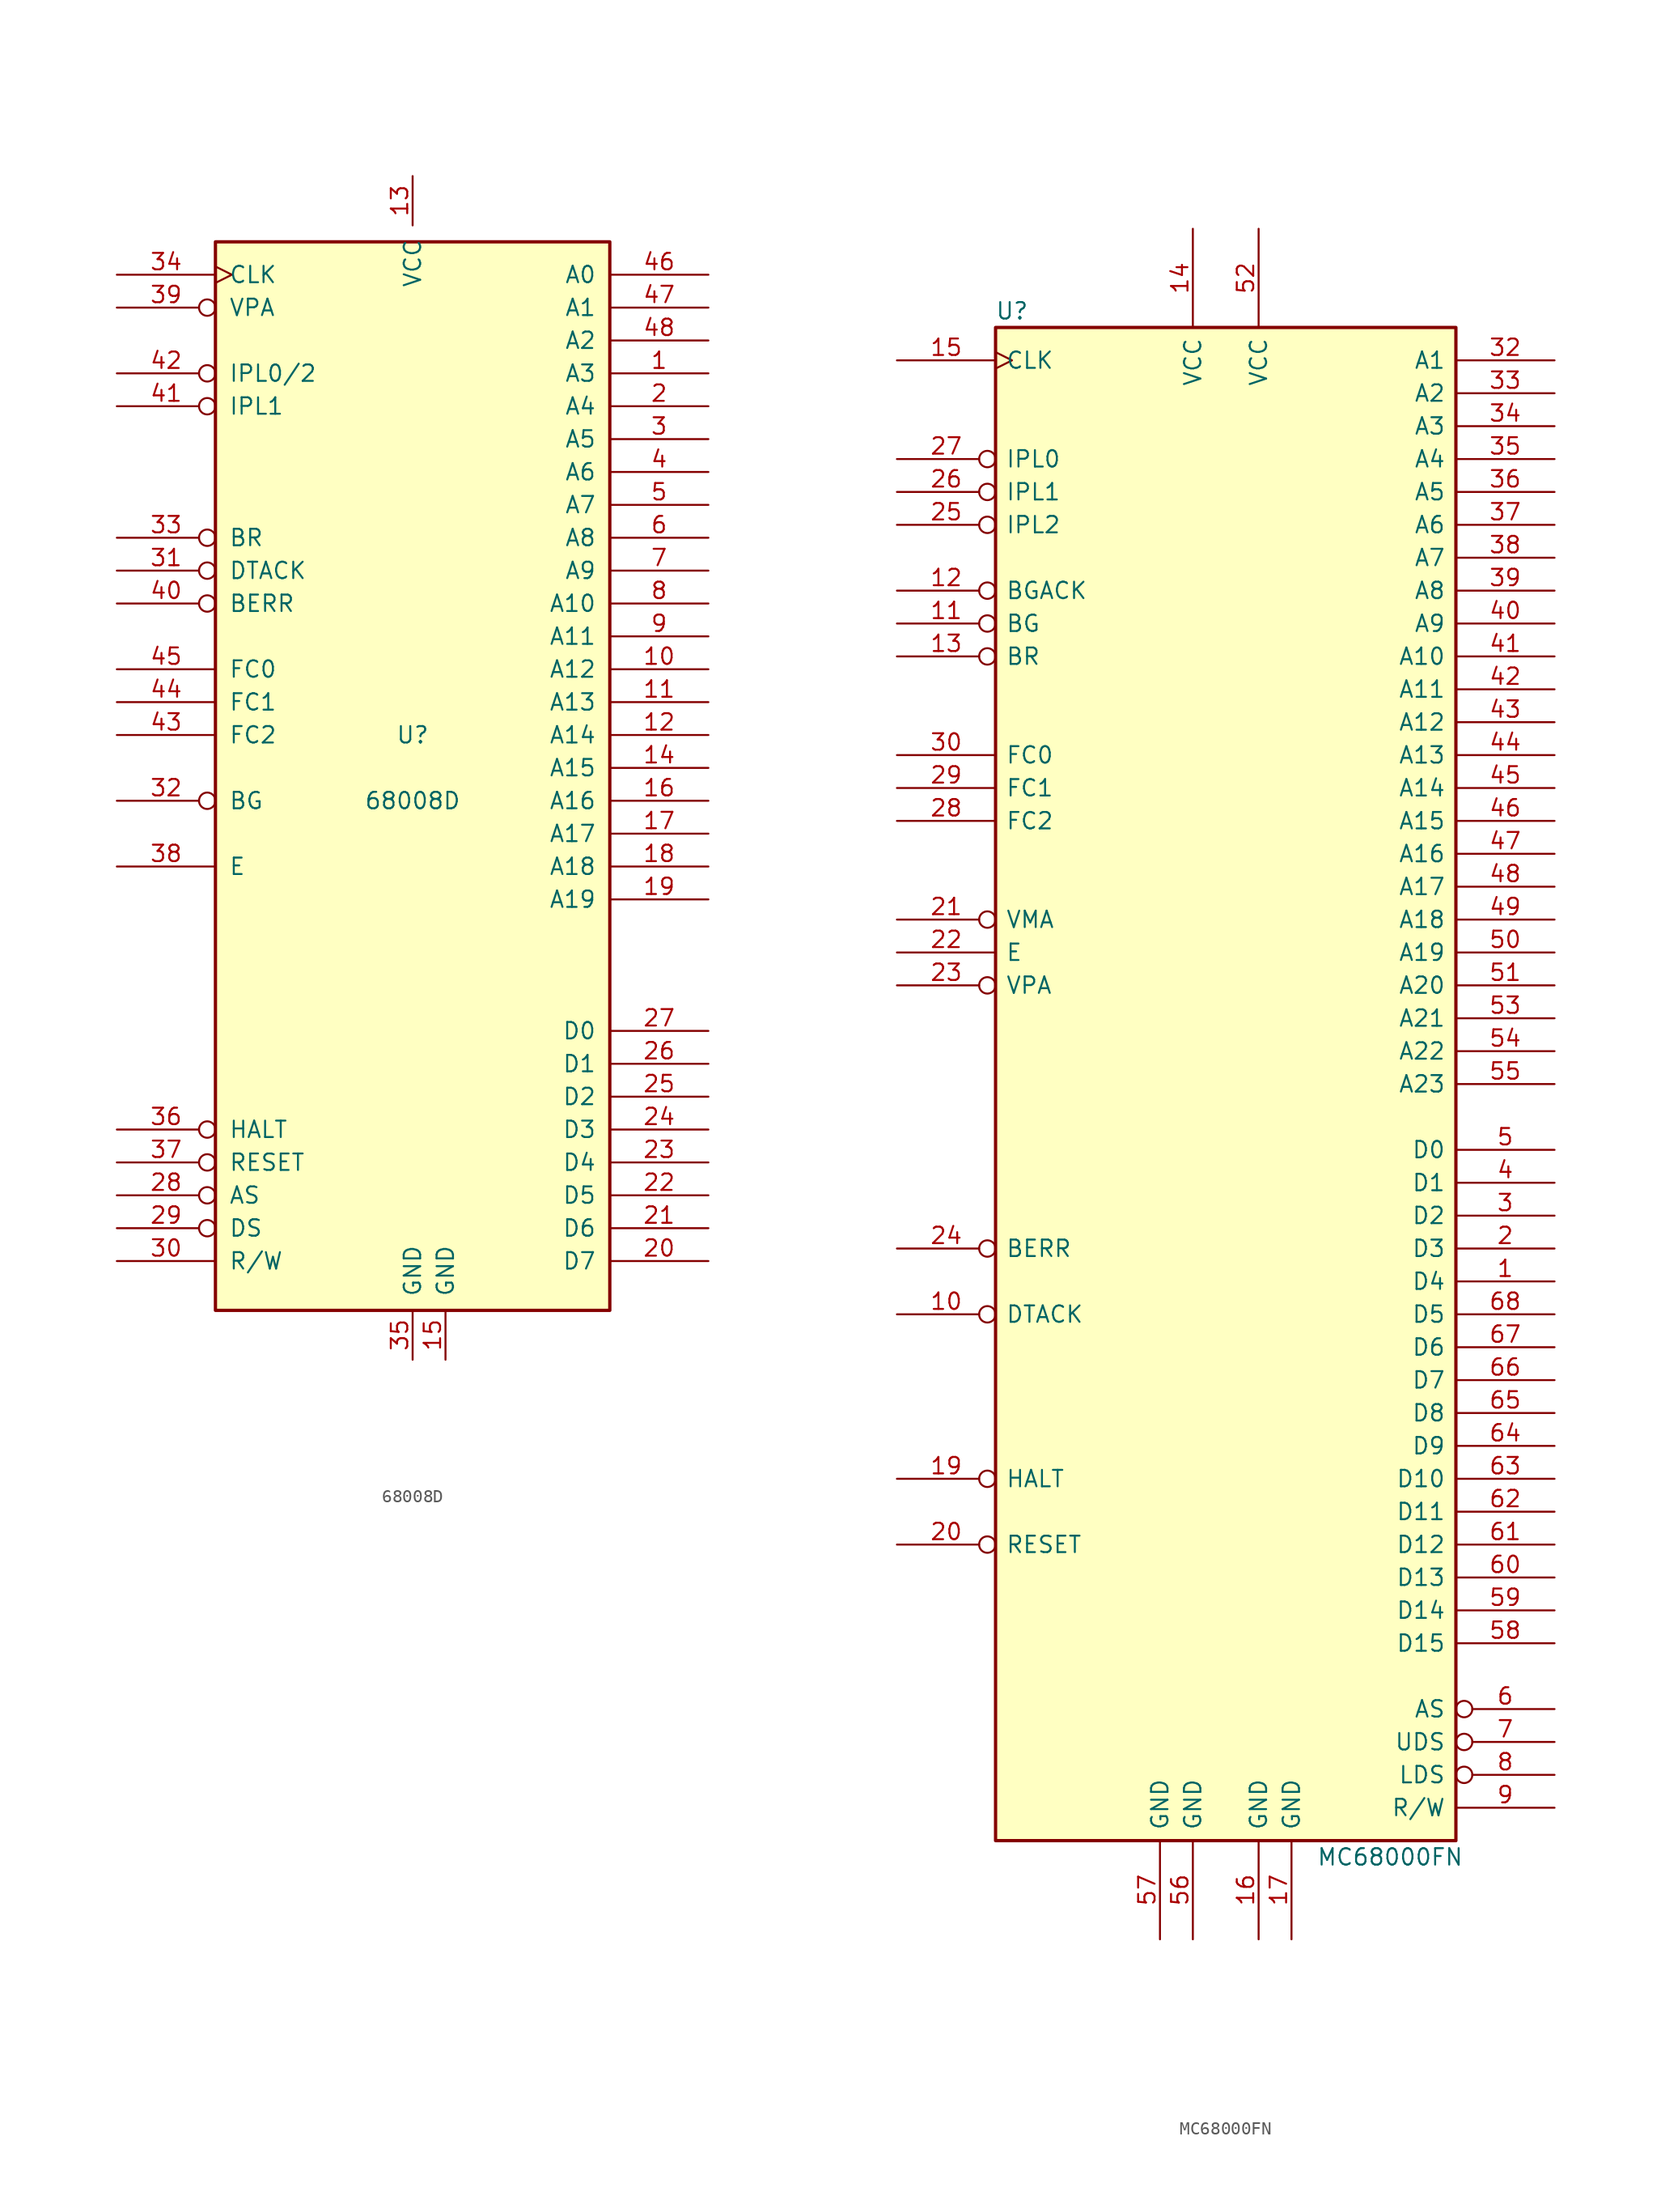
<source format=kicad_sym>
(kicad_symbol_lib
  (version 20231120)
  (generator "kicad_symbol_editor")
  (generator_version "8.0")
  (symbol "68008D"
    (pin_names
      (offset 1.016))
    (property "Reference" "U"
      (at 0 2.54 0)
      (effects (font (size 1.27 1.27))))
    (property "Value" "68008D"
      (at 0 -2.54 0)
      (effects (font (size 1.27 1.27))))
    (symbol "68008D_0_1"
      (rectangle (start -15.24 -41.91) (end 15.24 40.64) (stroke (width 0.254) (type default)) (fill (type background))))
    (symbol "68008D_1_1"
      (pin tri_state line (at 22.86 30.48 180) (length 7.62) (name "A3" (effects (font (size 1.27 1.27)))) (number "1" (effects (font (size 1.27 1.27)))))
      (pin tri_state line (at 22.86 7.62 180) (length 7.62) (name "A12" (effects (font (size 1.27 1.27)))) (number "10" (effects (font (size 1.27 1.27)))))
      (pin tri_state line (at 22.86 5.08 180) (length 7.62) (name "A13" (effects (font (size 1.27 1.27)))) (number "11" (effects (font (size 1.27 1.27)))))
      (pin tri_state line (at 22.86 2.54 180) (length 7.62) (name "A14" (effects (font (size 1.27 1.27)))) (number "12" (effects (font (size 1.27 1.27)))))
      (pin power_in line (at 0 45.72 270) (length 3.81) (name "VCC" (effects (font (size 1.27 1.27)))) (number "13" (effects (font (size 1.27 1.27)))))
      (pin tri_state line (at 22.86 0 180) (length 7.62) (name "A15" (effects (font (size 1.27 1.27)))) (number "14" (effects (font (size 1.27 1.27)))))
      (pin power_in line (at 2.54 -45.72 90) (length 3.81) (name "GND" (effects (font (size 1.27 1.27)))) (number "15" (effects (font (size 1.27 1.27)))))
      (pin tri_state line (at 22.86 -2.54 180) (length 7.62) (name "A16" (effects (font (size 1.27 1.27)))) (number "16" (effects (font (size 1.27 1.27)))))
      (pin tri_state line (at 22.86 -5.08 180) (length 7.62) (name "A17" (effects (font (size 1.27 1.27)))) (number "17" (effects (font (size 1.27 1.27)))))
      (pin tri_state line (at 22.86 -7.62 180) (length 7.62) (name "A18" (effects (font (size 1.27 1.27)))) (number "18" (effects (font (size 1.27 1.27)))))
      (pin tri_state line (at 22.86 -10.16 180) (length 7.62) (name "A19" (effects (font (size 1.27 1.27)))) (number "19" (effects (font (size 1.27 1.27)))))
      (pin tri_state line (at 22.86 27.94 180) (length 7.62) (name "A4" (effects (font (size 1.27 1.27)))) (number "2" (effects (font (size 1.27 1.27)))))
      (pin tri_state line (at 22.86 -38.1 180) (length 7.62) (name "D7" (effects (font (size 1.27 1.27)))) (number "20" (effects (font (size 1.27 1.27)))))
      (pin tri_state line (at 22.86 -35.56 180) (length 7.62) (name "D6" (effects (font (size 1.27 1.27)))) (number "21" (effects (font (size 1.27 1.27)))))
      (pin tri_state line (at 22.86 -33.02 180) (length 7.62) (name "D5" (effects (font (size 1.27 1.27)))) (number "22" (effects (font (size 1.27 1.27)))))
      (pin tri_state line (at 22.86 -30.48 180) (length 7.62) (name "D4" (effects (font (size 1.27 1.27)))) (number "23" (effects (font (size 1.27 1.27)))))
      (pin tri_state line (at 22.86 -27.94 180) (length 7.62) (name "D3" (effects (font (size 1.27 1.27)))) (number "24" (effects (font (size 1.27 1.27)))))
      (pin tri_state line (at 22.86 -25.4 180) (length 7.62) (name "D2" (effects (font (size 1.27 1.27)))) (number "25" (effects (font (size 1.27 1.27)))))
      (pin tri_state line (at 22.86 -22.86 180) (length 7.62) (name "D1" (effects (font (size 1.27 1.27)))) (number "26" (effects (font (size 1.27 1.27)))))
      (pin tri_state line (at 22.86 -20.32 180) (length 7.62) (name "D0" (effects (font (size 1.27 1.27)))) (number "27" (effects (font (size 1.27 1.27)))))
      (pin tri_state inverted (at -22.86 -33.02 0) (length 7.62) (name "AS" (effects (font (size 1.27 1.27)))) (number "28" (effects (font (size 1.27 1.27)))))
      (pin tri_state inverted (at -22.86 -35.56 0) (length 7.62) (name "DS" (effects (font (size 1.27 1.27)))) (number "29" (effects (font (size 1.27 1.27)))))
      (pin tri_state line (at 22.86 25.4 180) (length 7.62) (name "A5" (effects (font (size 1.27 1.27)))) (number "3" (effects (font (size 1.27 1.27)))))
      (pin tri_state line (at -22.86 -38.1 0) (length 7.62) (name "R/W" (effects (font (size 1.27 1.27)))) (number "30" (effects (font (size 1.27 1.27)))))
      (pin input inverted (at -22.86 15.24 0) (length 7.62) (name "DTACK" (effects (font (size 1.27 1.27)))) (number "31" (effects (font (size 1.27 1.27)))))
      (pin output inverted (at -22.86 -2.54 0) (length 7.62) (name "BG" (effects (font (size 1.27 1.27)))) (number "32" (effects (font (size 1.27 1.27)))))
      (pin input inverted (at -22.86 17.78 0) (length 7.62) (name "BR" (effects (font (size 1.27 1.27)))) (number "33" (effects (font (size 1.27 1.27)))))
      (pin input clock (at -22.86 38.1 0) (length 7.62) (name "CLK" (effects (font (size 1.27 1.27)))) (number "34" (effects (font (size 1.27 1.27)))))
      (pin power_in line (at 0 -45.72 90) (length 3.81) (name "GND" (effects (font (size 1.27 1.27)))) (number "35" (effects (font (size 1.27 1.27)))))
      (pin bidirectional inverted (at -22.86 -27.94 0) (length 7.62) (name "HALT" (effects (font (size 1.27 1.27)))) (number "36" (effects (font (size 1.27 1.27)))))
      (pin bidirectional inverted (at -22.86 -30.48 0) (length 7.62) (name "RESET" (effects (font (size 1.27 1.27)))) (number "37" (effects (font (size 1.27 1.27)))))
      (pin output line (at -22.86 -7.62 0) (length 7.62) (name "E" (effects (font (size 1.27 1.27)))) (number "38" (effects (font (size 1.27 1.27)))))
      (pin input inverted (at -22.86 35.56 0) (length 7.62) (name "VPA" (effects (font (size 1.27 1.27)))) (number "39" (effects (font (size 1.27 1.27)))))
      (pin tri_state line (at 22.86 22.86 180) (length 7.62) (name "A6" (effects (font (size 1.27 1.27)))) (number "4" (effects (font (size 1.27 1.27)))))
      (pin input inverted (at -22.86 12.7 0) (length 7.62) (name "BERR" (effects (font (size 1.27 1.27)))) (number "40" (effects (font (size 1.27 1.27)))))
      (pin input inverted (at -22.86 27.94 0) (length 7.62) (name "IPL1" (effects (font (size 1.27 1.27)))) (number "41" (effects (font (size 1.27 1.27)))))
      (pin input inverted (at -22.86 30.48 0) (length 7.62) (name "IPL0/2" (effects (font (size 1.27 1.27)))) (number "42" (effects (font (size 1.27 1.27)))))
      (pin output line (at -22.86 2.54 0) (length 7.62) (name "FC2" (effects (font (size 1.27 1.27)))) (number "43" (effects (font (size 1.27 1.27)))))
      (pin output line (at -22.86 5.08 0) (length 7.62) (name "FC1" (effects (font (size 1.27 1.27)))) (number "44" (effects (font (size 1.27 1.27)))))
      (pin output line (at -22.86 7.62 0) (length 7.62) (name "FC0" (effects (font (size 1.27 1.27)))) (number "45" (effects (font (size 1.27 1.27)))))
      (pin tri_state line (at 22.86 38.1 180) (length 7.62) (name "A0" (effects (font (size 1.27 1.27)))) (number "46" (effects (font (size 1.27 1.27)))))
      (pin tri_state line (at 22.86 35.56 180) (length 7.62) (name "A1" (effects (font (size 1.27 1.27)))) (number "47" (effects (font (size 1.27 1.27)))))
      (pin tri_state line (at 22.86 33.02 180) (length 7.62) (name "A2" (effects (font (size 1.27 1.27)))) (number "48" (effects (font (size 1.27 1.27)))))
      (pin tri_state line (at 22.86 20.32 180) (length 7.62) (name "A7" (effects (font (size 1.27 1.27)))) (number "5" (effects (font (size 1.27 1.27)))))
      (pin tri_state line (at 22.86 17.78 180) (length 7.62) (name "A8" (effects (font (size 1.27 1.27)))) (number "6" (effects (font (size 1.27 1.27)))))
      (pin tri_state line (at 22.86 15.24 180) (length 7.62) (name "A9" (effects (font (size 1.27 1.27)))) (number "7" (effects (font (size 1.27 1.27)))))
      (pin tri_state line (at 22.86 12.7 180) (length 7.62) (name "A10" (effects (font (size 1.27 1.27)))) (number "8" (effects (font (size 1.27 1.27)))))
      (pin tri_state line (at 22.86 10.16 180) (length 7.62) (name "A11" (effects (font (size 1.27 1.27)))) (number "9" (effects (font (size 1.27 1.27)))))))
  (symbol "MC68000FN"
    (pin_names
      (offset 0.762))
    (property "Reference" "U"
      (at -16.51 59.69 0)
      (effects (font (size 1.27 1.27))))
    (property "Value" "MC68000FN"
      (at 12.7 -59.69 0)
      (effects (font (size 1.27 1.27))))
    (symbol "MC68000FN_0_1"
      (rectangle (start -17.78 58.42) (end 17.78 -58.42) (stroke (width 0.254) (type default)) (fill (type background))))
    (symbol "MC68000FN_1_1"
      (pin bidirectional line (at 25.4 -15.24 180) (length 7.62) (name "D4" (effects (font (size 1.27 1.27)))) (number "1" (effects (font (size 1.27 1.27)))))
      (pin input inverted (at -25.4 -17.78 0) (length 7.62) (name "DTACK" (effects (font (size 1.27 1.27)))) (number "10" (effects (font (size 1.27 1.27)))))
      (pin output inverted (at -25.4 35.56 0) (length 7.62) (name "BG" (effects (font (size 1.27 1.27)))) (number "11" (effects (font (size 1.27 1.27)))))
      (pin input inverted (at -25.4 38.1 0) (length 7.62) (name "BGACK" (effects (font (size 1.27 1.27)))) (number "12" (effects (font (size 1.27 1.27)))))
      (pin input inverted (at -25.4 33.02 0) (length 7.62) (name "BR" (effects (font (size 1.27 1.27)))) (number "13" (effects (font (size 1.27 1.27)))))
      (pin power_in line (at -2.54 66.04 270) (length 7.62) (name "VCC" (effects (font (size 1.27 1.27)))) (number "14" (effects (font (size 1.27 1.27)))))
      (pin input clock (at -25.4 55.88 0) (length 7.62) (name "CLK" (effects (font (size 1.27 1.27)))) (number "15" (effects (font (size 1.27 1.27)))))
      (pin power_in line (at 2.54 -66.04 90) (length 7.62) (name "GND" (effects (font (size 1.27 1.27)))) (number "16" (effects (font (size 1.27 1.27)))))
      (pin power_in line (at 5.08 -66.04 90) (length 7.62) (name "GND" (effects (font (size 1.27 1.27)))) (number "17" (effects (font (size 1.27 1.27)))))
      (pin no_connect line (at -17.78 -45.72 0) (length 0) hide (name "NC" (effects (font (size 1.27 1.27)))) (number "18" (effects (font (size 1.27 1.27)))))
      (pin bidirectional inverted (at -25.4 -30.48 0) (length 7.62) (name "HALT" (effects (font (size 1.27 1.27)))) (number "19" (effects (font (size 1.27 1.27)))))
      (pin bidirectional line (at 25.4 -12.7 180) (length 7.62) (name "D3" (effects (font (size 1.27 1.27)))) (number "2" (effects (font (size 1.27 1.27)))))
      (pin input inverted (at -25.4 -35.56 0) (length 7.62) (name "RESET" (effects (font (size 1.27 1.27)))) (number "20" (effects (font (size 1.27 1.27)))))
      (pin output inverted (at -25.4 12.7 0) (length 7.62) (name "VMA" (effects (font (size 1.27 1.27)))) (number "21" (effects (font (size 1.27 1.27)))))
      (pin output line (at -25.4 10.16 0) (length 7.62) (name "E" (effects (font (size 1.27 1.27)))) (number "22" (effects (font (size 1.27 1.27)))))
      (pin input inverted (at -25.4 7.62 0) (length 7.62) (name "VPA" (effects (font (size 1.27 1.27)))) (number "23" (effects (font (size 1.27 1.27)))))
      (pin input inverted (at -25.4 -12.7 0) (length 7.62) (name "BERR" (effects (font (size 1.27 1.27)))) (number "24" (effects (font (size 1.27 1.27)))))
      (pin input inverted (at -25.4 43.18 0) (length 7.62) (name "IPL2" (effects (font (size 1.27 1.27)))) (number "25" (effects (font (size 1.27 1.27)))))
      (pin input inverted (at -25.4 45.72 0) (length 7.62) (name "IPL1" (effects (font (size 1.27 1.27)))) (number "26" (effects (font (size 1.27 1.27)))))
      (pin input inverted (at -25.4 48.26 0) (length 7.62) (name "IPL0" (effects (font (size 1.27 1.27)))) (number "27" (effects (font (size 1.27 1.27)))))
      (pin output line (at -25.4 20.32 0) (length 7.62) (name "FC2" (effects (font (size 1.27 1.27)))) (number "28" (effects (font (size 1.27 1.27)))))
      (pin output line (at -25.4 22.86 0) (length 7.62) (name "FC1" (effects (font (size 1.27 1.27)))) (number "29" (effects (font (size 1.27 1.27)))))
      (pin bidirectional line (at 25.4 -10.16 180) (length 7.62) (name "D2" (effects (font (size 1.27 1.27)))) (number "3" (effects (font (size 1.27 1.27)))))
      (pin output line (at -25.4 25.4 0) (length 7.62) (name "FC0" (effects (font (size 1.27 1.27)))) (number "30" (effects (font (size 1.27 1.27)))))
      (pin no_connect line (at -17.78 -48.26 0) (length 0) hide (name "NC" (effects (font (size 1.27 1.27)))) (number "31" (effects (font (size 1.27 1.27)))))
      (pin output line (at 25.4 55.88 180) (length 7.62) (name "A1" (effects (font (size 1.27 1.27)))) (number "32" (effects (font (size 1.27 1.27)))))
      (pin output line (at 25.4 53.34 180) (length 7.62) (name "A2" (effects (font (size 1.27 1.27)))) (number "33" (effects (font (size 1.27 1.27)))))
      (pin output line (at 25.4 50.8 180) (length 7.62) (name "A3" (effects (font (size 1.27 1.27)))) (number "34" (effects (font (size 1.27 1.27)))))
      (pin output line (at 25.4 48.26 180) (length 7.62) (name "A4" (effects (font (size 1.27 1.27)))) (number "35" (effects (font (size 1.27 1.27)))))
      (pin output line (at 25.4 45.72 180) (length 7.62) (name "A5" (effects (font (size 1.27 1.27)))) (number "36" (effects (font (size 1.27 1.27)))))
      (pin output line (at 25.4 43.18 180) (length 7.62) (name "A6" (effects (font (size 1.27 1.27)))) (number "37" (effects (font (size 1.27 1.27)))))
      (pin output line (at 25.4 40.64 180) (length 7.62) (name "A7" (effects (font (size 1.27 1.27)))) (number "38" (effects (font (size 1.27 1.27)))))
      (pin output line (at 25.4 38.1 180) (length 7.62) (name "A8" (effects (font (size 1.27 1.27)))) (number "39" (effects (font (size 1.27 1.27)))))
      (pin bidirectional line (at 25.4 -7.62 180) (length 7.62) (name "D1" (effects (font (size 1.27 1.27)))) (number "4" (effects (font (size 1.27 1.27)))))
      (pin output line (at 25.4 35.56 180) (length 7.62) (name "A9" (effects (font (size 1.27 1.27)))) (number "40" (effects (font (size 1.27 1.27)))))
      (pin output line (at 25.4 33.02 180) (length 7.62) (name "A10" (effects (font (size 1.27 1.27)))) (number "41" (effects (font (size 1.27 1.27)))))
      (pin output line (at 25.4 30.48 180) (length 7.62) (name "A11" (effects (font (size 1.27 1.27)))) (number "42" (effects (font (size 1.27 1.27)))))
      (pin output line (at 25.4 27.94 180) (length 7.62) (name "A12" (effects (font (size 1.27 1.27)))) (number "43" (effects (font (size 1.27 1.27)))))
      (pin output line (at 25.4 25.4 180) (length 7.62) (name "A13" (effects (font (size 1.27 1.27)))) (number "44" (effects (font (size 1.27 1.27)))))
      (pin output line (at 25.4 22.86 180) (length 7.62) (name "A14" (effects (font (size 1.27 1.27)))) (number "45" (effects (font (size 1.27 1.27)))))
      (pin output line (at 25.4 20.32 180) (length 7.62) (name "A15" (effects (font (size 1.27 1.27)))) (number "46" (effects (font (size 1.27 1.27)))))
      (pin output line (at 25.4 17.78 180) (length 7.62) (name "A16" (effects (font (size 1.27 1.27)))) (number "47" (effects (font (size 1.27 1.27)))))
      (pin output line (at 25.4 15.24 180) (length 7.62) (name "A17" (effects (font (size 1.27 1.27)))) (number "48" (effects (font (size 1.27 1.27)))))
      (pin output line (at 25.4 12.7 180) (length 7.62) (name "A18" (effects (font (size 1.27 1.27)))) (number "49" (effects (font (size 1.27 1.27)))))
      (pin bidirectional line (at 25.4 -5.08 180) (length 7.62) (name "D0" (effects (font (size 1.27 1.27)))) (number "5" (effects (font (size 1.27 1.27)))))
      (pin output line (at 25.4 10.16 180) (length 7.62) (name "A19" (effects (font (size 1.27 1.27)))) (number "50" (effects (font (size 1.27 1.27)))))
      (pin output line (at 25.4 7.62 180) (length 7.62) (name "A20" (effects (font (size 1.27 1.27)))) (number "51" (effects (font (size 1.27 1.27)))))
      (pin power_in line (at 2.54 66.04 270) (length 7.62) (name "VCC" (effects (font (size 1.27 1.27)))) (number "52" (effects (font (size 1.27 1.27)))))
      (pin output line (at 25.4 5.08 180) (length 7.62) (name "A21" (effects (font (size 1.27 1.27)))) (number "53" (effects (font (size 1.27 1.27)))))
      (pin output line (at 25.4 2.54 180) (length 7.62) (name "A22" (effects (font (size 1.27 1.27)))) (number "54" (effects (font (size 1.27 1.27)))))
      (pin output line (at 25.4 0 180) (length 7.62) (name "A23" (effects (font (size 1.27 1.27)))) (number "55" (effects (font (size 1.27 1.27)))))
      (pin power_in line (at -2.54 -66.04 90) (length 7.62) (name "GND" (effects (font (size 1.27 1.27)))) (number "56" (effects (font (size 1.27 1.27)))))
      (pin power_in line (at -5.08 -66.04 90) (length 7.62) (name "GND" (effects (font (size 1.27 1.27)))) (number "57" (effects (font (size 1.27 1.27)))))
      (pin bidirectional line (at 25.4 -43.18 180) (length 7.62) (name "D15" (effects (font (size 1.27 1.27)))) (number "58" (effects (font (size 1.27 1.27)))))
      (pin bidirectional line (at 25.4 -40.64 180) (length 7.62) (name "D14" (effects (font (size 1.27 1.27)))) (number "59" (effects (font (size 1.27 1.27)))))
      (pin output inverted (at 25.4 -48.26 180) (length 7.62) (name "AS" (effects (font (size 1.27 1.27)))) (number "6" (effects (font (size 1.27 1.27)))))
      (pin bidirectional line (at 25.4 -38.1 180) (length 7.62) (name "D13" (effects (font (size 1.27 1.27)))) (number "60" (effects (font (size 1.27 1.27)))))
      (pin bidirectional line (at 25.4 -35.56 180) (length 7.62) (name "D12" (effects (font (size 1.27 1.27)))) (number "61" (effects (font (size 1.27 1.27)))))
      (pin bidirectional line (at 25.4 -33.02 180) (length 7.62) (name "D11" (effects (font (size 1.27 1.27)))) (number "62" (effects (font (size 1.27 1.27)))))
      (pin bidirectional line (at 25.4 -30.48 180) (length 7.62) (name "D10" (effects (font (size 1.27 1.27)))) (number "63" (effects (font (size 1.27 1.27)))))
      (pin bidirectional line (at 25.4 -27.94 180) (length 7.62) (name "D9" (effects (font (size 1.27 1.27)))) (number "64" (effects (font (size 1.27 1.27)))))
      (pin bidirectional line (at 25.4 -25.4 180) (length 7.62) (name "D8" (effects (font (size 1.27 1.27)))) (number "65" (effects (font (size 1.27 1.27)))))
      (pin bidirectional line (at 25.4 -22.86 180) (length 7.62) (name "D7" (effects (font (size 1.27 1.27)))) (number "66" (effects (font (size 1.27 1.27)))))
      (pin bidirectional line (at 25.4 -20.32 180) (length 7.62) (name "D6" (effects (font (size 1.27 1.27)))) (number "67" (effects (font (size 1.27 1.27)))))
      (pin bidirectional line (at 25.4 -17.78 180) (length 7.62) (name "D5" (effects (font (size 1.27 1.27)))) (number "68" (effects (font (size 1.27 1.27)))))
      (pin output inverted (at 25.4 -50.8 180) (length 7.62) (name "UDS" (effects (font (size 1.27 1.27)))) (number "7" (effects (font (size 1.27 1.27)))))
      (pin output inverted (at 25.4 -53.34 180) (length 7.62) (name "LDS" (effects (font (size 1.27 1.27)))) (number "8" (effects (font (size 1.27 1.27)))))
      (pin output line (at 25.4 -55.88 180) (length 7.62) (name "R/W" (effects (font (size 1.27 1.27)))) (number "9" (effects (font (size 1.27 1.27))))))))
</source>
